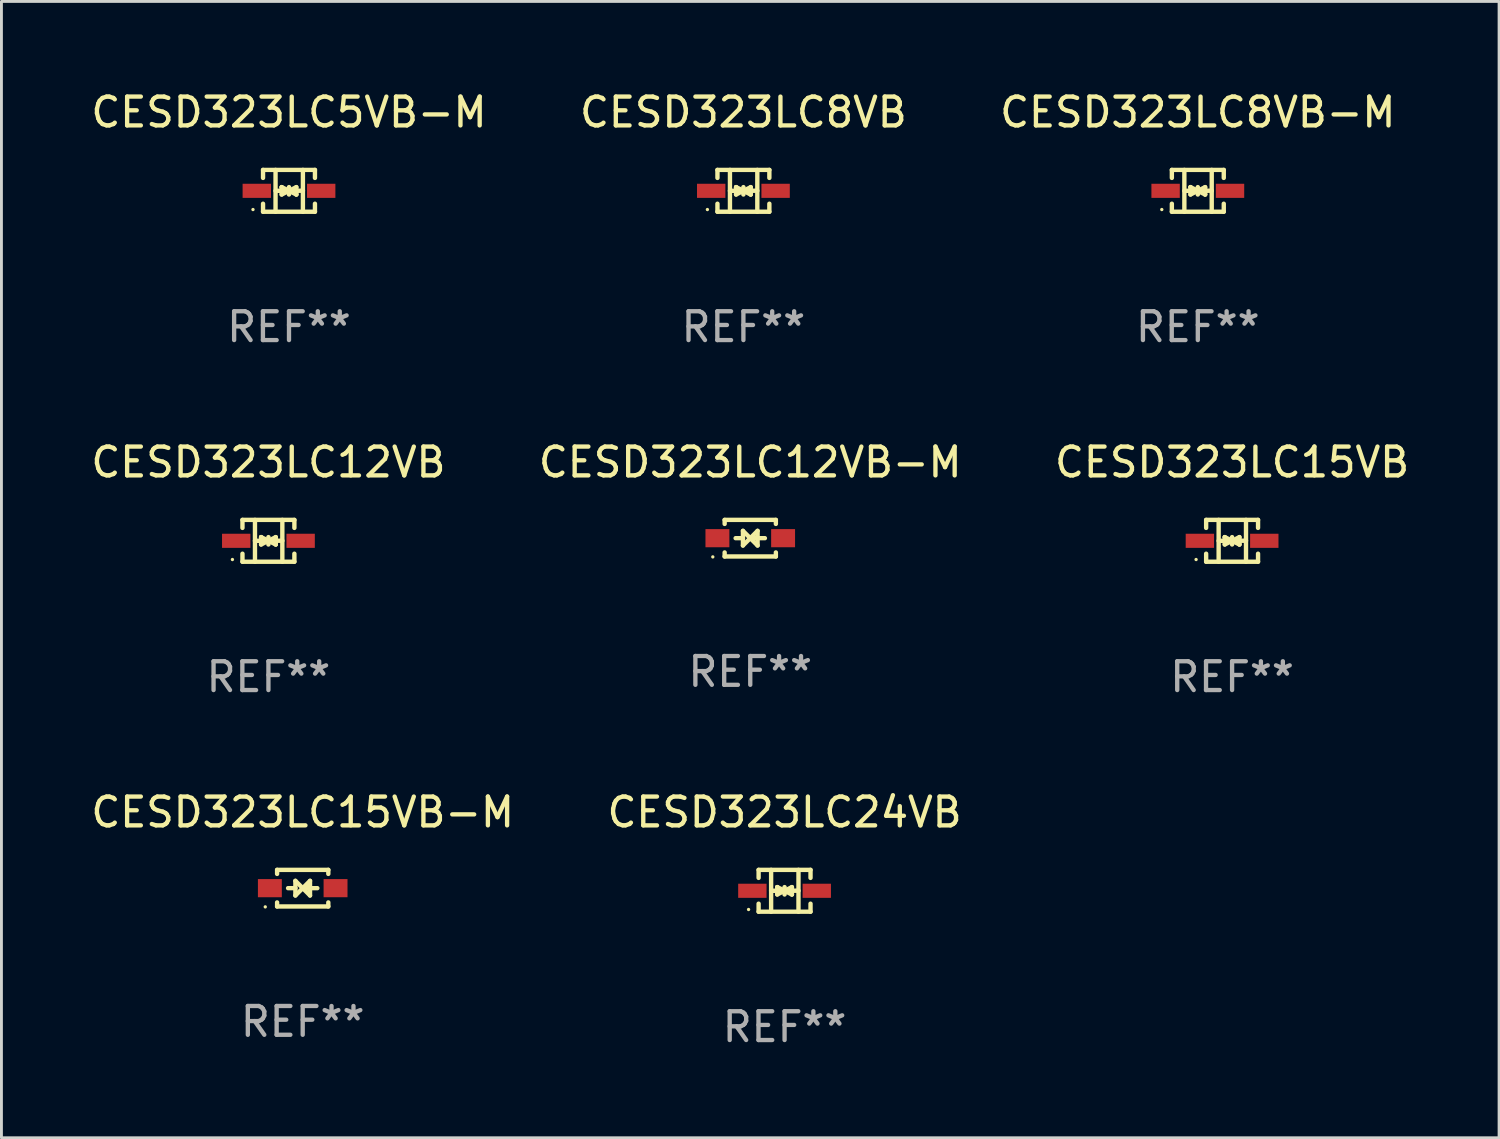
<source format=kicad_pcb>
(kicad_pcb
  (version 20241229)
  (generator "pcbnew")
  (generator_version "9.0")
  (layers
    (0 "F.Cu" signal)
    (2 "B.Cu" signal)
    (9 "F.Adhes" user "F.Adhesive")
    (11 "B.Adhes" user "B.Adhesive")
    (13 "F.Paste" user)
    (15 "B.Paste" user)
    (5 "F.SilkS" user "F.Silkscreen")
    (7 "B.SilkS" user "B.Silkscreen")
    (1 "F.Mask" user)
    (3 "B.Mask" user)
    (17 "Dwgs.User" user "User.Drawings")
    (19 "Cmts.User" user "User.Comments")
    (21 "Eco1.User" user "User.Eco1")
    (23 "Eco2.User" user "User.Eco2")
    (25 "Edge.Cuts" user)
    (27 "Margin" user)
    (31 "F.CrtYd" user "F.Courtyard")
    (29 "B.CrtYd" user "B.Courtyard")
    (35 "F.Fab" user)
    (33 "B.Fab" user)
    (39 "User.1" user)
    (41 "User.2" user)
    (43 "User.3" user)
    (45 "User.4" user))
  (footprint "CESD323LC12VB"
    (layer "F.Cu")
    (at 6.268 15.723)
    (property "Reference" "CESD323LC12VB" (at 0 -2.726 0) (layer "F.SilkS") (effects (font (size 1 1) (thickness 0.15))))
    (attr through_hole)
    (fp_line (start -0.901 -0.726) (end -0.901 -0.448) (stroke (width 0.152) (type solid)) (layer "F.SilkS"))
    (fp_line (start -0.901 0.726) (end -0.901 0.448) (stroke (width 0.152) (type solid)) (layer "F.SilkS"))
    (fp_line (start -0.467 0) (end 0.483 -0.003) (stroke (width 0.154) (type solid)) (layer "F.SilkS"))
    (fp_line (start -0.467 0.726) (end -0.467 -0.726) (stroke (width 0.152) (type solid)) (layer "F.SilkS"))
    (fp_line (start -0.254 -0.127) (end -0.254 -0.127) (stroke (width 0.154) (type solid)) (layer "F.SilkS"))
    (fp_line (start -0.254 -0.127) (end -0.002 -0.003) (stroke (width 0.154) (type solid)) (layer "F.SilkS"))
    (fp_line (start -0.254 0.127) (end -0.254 -0.127) (stroke (width 0.154) (type solid)) (layer "F.SilkS"))
    (fp_line (start -0.127 0) (end 0.003 0) (stroke (width 0.154) (type solid)) (layer "F.SilkS"))
    (fp_line (start -0.003 0) (end -0.254 0.127) (stroke (width 0.154) (type solid)) (layer "F.SilkS"))
    (fp_line (start 0 -0.127) (end 0 0.127) (stroke (width 0.154) (type solid)) (layer "F.SilkS"))
    (fp_line (start 0.003 0) (end 0.254 -0.127) (stroke (width 0.154) (type solid)) (layer "F.SilkS"))
    (fp_line (start 0.127 0) (end -0.003 0) (stroke (width 0.154) (type solid)) (layer "F.SilkS"))
    (fp_line (start 0.254 -0.127) (end 0.254 0.127) (stroke (width 0.154) (type solid)) (layer "F.SilkS"))
    (fp_line (start 0.254 0.127) (end 0.002 0.003) (stroke (width 0.154) (type solid)) (layer "F.SilkS"))
    (fp_line (start 0.254 0.127) (end 0.254 0.127) (stroke (width 0.154) (type solid)) (layer "F.SilkS"))
    (fp_line (start 0.483 0.726) (end 0.483 -0.726) (stroke (width 0.152) (type solid)) (layer "F.SilkS"))
    (fp_line (start 0.901 -0.726) (end -0.901 -0.726) (stroke (width 0.152) (type solid)) (layer "F.SilkS"))
    (fp_line (start 0.901 -0.726) (end 0.901 -0.448) (stroke (width 0.152) (type solid)) (layer "F.SilkS"))
    (fp_line (start 0.901 0.726) (end -0.901 0.726) (stroke (width 0.152) (type solid)) (layer "F.SilkS"))
    (fp_line (start 0.901 0.726) (end 0.901 0.448) (stroke (width 0.152) (type solid)) (layer "F.SilkS"))
    (fp_circle (center -1.25 0.65) (end -1.22 0.65) (stroke (width 0.06) (type solid)) (fill no) (layer "F.SilkS"))
    (fp_text user "REF**" (at 0 4.726 0) (layer "F.Fab") (effects (font (size 1 1) (thickness 0.15))))
    (pad "1" smd rect (at -1.118 0) (size 0.985 0.49) (layers "F.Cu" "F.Mask" "F.Paste"))
    (pad "2" smd rect (at 1.118 0) (size 0.985 0.49) (layers "F.Cu" "F.Mask" "F.Paste")))
  (footprint "CESD323LC8VB"
    (layer "F.Cu")
    (at 22.756 3.574)
    (property "Reference" "CESD323LC8VB" (at 0 -2.726 0) (layer "F.SilkS") (effects (font (size 1 1) (thickness 0.15))))
    (attr through_hole)
    (fp_line (start -0.901 -0.726) (end -0.901 -0.448) (stroke (width 0.152) (type solid)) (layer "F.SilkS"))
    (fp_line (start -0.901 0.726) (end -0.901 0.448) (stroke (width 0.152) (type solid)) (layer "F.SilkS"))
    (fp_line (start -0.467 0) (end 0.483 -0.003) (stroke (width 0.154) (type solid)) (layer "F.SilkS"))
    (fp_line (start -0.467 0.726) (end -0.467 -0.726) (stroke (width 0.152) (type solid)) (layer "F.SilkS"))
    (fp_line (start -0.254 -0.127) (end -0.254 -0.127) (stroke (width 0.154) (type solid)) (layer "F.SilkS"))
    (fp_line (start -0.254 -0.127) (end -0.002 -0.003) (stroke (width 0.154) (type solid)) (layer "F.SilkS"))
    (fp_line (start -0.254 0.127) (end -0.254 -0.127) (stroke (width 0.154) (type solid)) (layer "F.SilkS"))
    (fp_line (start -0.127 0) (end 0.003 0) (stroke (width 0.154) (type solid)) (layer "F.SilkS"))
    (fp_line (start -0.003 0) (end -0.254 0.127) (stroke (width 0.154) (type solid)) (layer "F.SilkS"))
    (fp_line (start 0 -0.127) (end 0 0.127) (stroke (width 0.154) (type solid)) (layer "F.SilkS"))
    (fp_line (start 0.003 0) (end 0.254 -0.127) (stroke (width 0.154) (type solid)) (layer "F.SilkS"))
    (fp_line (start 0.127 0) (end -0.003 0) (stroke (width 0.154) (type solid)) (layer "F.SilkS"))
    (fp_line (start 0.254 -0.127) (end 0.254 0.127) (stroke (width 0.154) (type solid)) (layer "F.SilkS"))
    (fp_line (start 0.254 0.127) (end 0.002 0.003) (stroke (width 0.154) (type solid)) (layer "F.SilkS"))
    (fp_line (start 0.254 0.127) (end 0.254 0.127) (stroke (width 0.154) (type solid)) (layer "F.SilkS"))
    (fp_line (start 0.483 0.726) (end 0.483 -0.726) (stroke (width 0.152) (type solid)) (layer "F.SilkS"))
    (fp_line (start 0.901 -0.726) (end -0.901 -0.726) (stroke (width 0.152) (type solid)) (layer "F.SilkS"))
    (fp_line (start 0.901 -0.726) (end 0.901 -0.448) (stroke (width 0.152) (type solid)) (layer "F.SilkS"))
    (fp_line (start 0.901 0.726) (end -0.901 0.726) (stroke (width 0.152) (type solid)) (layer "F.SilkS"))
    (fp_line (start 0.901 0.726) (end 0.901 0.448) (stroke (width 0.152) (type solid)) (layer "F.SilkS"))
    (fp_circle (center -1.25 0.65) (end -1.22 0.65) (stroke (width 0.06) (type solid)) (fill no) (layer "F.SilkS"))
    (fp_text user "REF**" (at 0 4.726 0) (layer "F.Fab") (effects (font (size 1 1) (thickness 0.15))))
    (pad "1" smd rect (at -1.118 0) (size 0.985 0.49) (layers "F.Cu" "F.Mask" "F.Paste"))
    (pad "2" smd rect (at 1.118 0) (size 0.985 0.49) (layers "F.Cu" "F.Mask" "F.Paste")))
  (footprint "CESD323LC12VB-M"
    (layer "F.Cu")
    (at 22.994 15.632)
    (property "Reference" "CESD323LC12VB-M" (at 0 -2.635 0) (layer "F.SilkS") (effects (font (size 1 1) (thickness 0.15))))
    (attr through_hole)
    (fp_line (start -0.889 -0.635) (end 0.889 -0.635) (stroke (width 0.152) (type solid)) (layer "F.SilkS"))
    (fp_line (start -0.889 -0.495) (end -0.889 -0.635) (stroke (width 0.152) (type solid)) (layer "F.SilkS"))
    (fp_line (start -0.889 0.635) (end -0.889 0.495) (stroke (width 0.152) (type solid)) (layer "F.SilkS"))
    (fp_line (start -0.889 0.635) (end 0.889 0.635) (stroke (width 0.152) (type solid)) (layer "F.SilkS"))
    (fp_line (start -0.508 -0.000051) (end -0.254 -0.000051) (stroke (width 0.152) (type solid)) (layer "F.SilkS"))
    (fp_line (start -0.254 -0.254) (end 0 -0.000051) (stroke (width 0.152) (type solid)) (layer "F.SilkS"))
    (fp_line (start -0.254 0.254) (end -0.254 -0.254) (stroke (width 0.152) (type solid)) (layer "F.SilkS"))
    (fp_line (start 0 -0.000051) (end -0.254 0.254) (stroke (width 0.152) (type solid)) (layer "F.SilkS"))
    (fp_line (start 0 -0.000051) (end 0.254 -0.254) (stroke (width 0.152) (type solid)) (layer "F.SilkS"))
    (fp_line (start 0.254 -0.254) (end 0.254 0.254) (stroke (width 0.152) (type solid)) (layer "F.SilkS"))
    (fp_line (start 0.254 0.254) (end 0 -0.000051) (stroke (width 0.152) (type solid)) (layer "F.SilkS"))
    (fp_line (start 0.508 -0.000051) (end 0.127 -0.000051) (stroke (width 0.152) (type solid)) (layer "F.SilkS"))
    (fp_line (start 0.889 -0.635) (end 0.889 -0.495) (stroke (width 0.152) (type solid)) (layer "F.SilkS"))
    (fp_line (start 0.889 0.495) (end 0.889 0.635) (stroke (width 0.152) (type solid)) (layer "F.SilkS"))
    (fp_circle (center -1.3 0.65) (end -1.27 0.65) (stroke (width 0.06) (type solid)) (fill no) (layer "F.SilkS"))
    (fp_text user "REF**" (at 0 4.635 0) (layer "F.Fab") (effects (font (size 1 1) (thickness 0.15))))
    (pad "1" smd rect (at -1.14 0.000152 90) (size 0.63 0.83) (layers "F.Cu" "F.Mask" "F.Paste"))
    (pad "2" smd rect (at 1.14 -0.000102 90) (size 0.63 0.83) (layers "F.Cu" "F.Mask" "F.Paste")))
  (footprint "CESD323LC15VB"
    (layer "F.Cu")
    (at 39.72 15.723)
    (property "Reference" "CESD323LC15VB" (at 0 -2.726 0) (layer "F.SilkS") (effects (font (size 1 1) (thickness 0.15))))
    (attr through_hole)
    (fp_line (start -0.901 -0.726) (end -0.901 -0.448) (stroke (width 0.152) (type solid)) (layer "F.SilkS"))
    (fp_line (start -0.901 0.726) (end -0.901 0.448) (stroke (width 0.152) (type solid)) (layer "F.SilkS"))
    (fp_line (start -0.467 0) (end 0.483 -0.003) (stroke (width 0.154) (type solid)) (layer "F.SilkS"))
    (fp_line (start -0.467 0.726) (end -0.467 -0.726) (stroke (width 0.152) (type solid)) (layer "F.SilkS"))
    (fp_line (start -0.254 -0.127) (end -0.254 -0.127) (stroke (width 0.154) (type solid)) (layer "F.SilkS"))
    (fp_line (start -0.254 -0.127) (end -0.002 -0.003) (stroke (width 0.154) (type solid)) (layer "F.SilkS"))
    (fp_line (start -0.254 0.127) (end -0.254 -0.127) (stroke (width 0.154) (type solid)) (layer "F.SilkS"))
    (fp_line (start -0.127 0) (end 0.003 0) (stroke (width 0.154) (type solid)) (layer "F.SilkS"))
    (fp_line (start -0.003 0) (end -0.254 0.127) (stroke (width 0.154) (type solid)) (layer "F.SilkS"))
    (fp_line (start 0 -0.127) (end 0 0.127) (stroke (width 0.154) (type solid)) (layer "F.SilkS"))
    (fp_line (start 0.003 0) (end 0.254 -0.127) (stroke (width 0.154) (type solid)) (layer "F.SilkS"))
    (fp_line (start 0.127 0) (end -0.003 0) (stroke (width 0.154) (type solid)) (layer "F.SilkS"))
    (fp_line (start 0.254 -0.127) (end 0.254 0.127) (stroke (width 0.154) (type solid)) (layer "F.SilkS"))
    (fp_line (start 0.254 0.127) (end 0.002 0.003) (stroke (width 0.154) (type solid)) (layer "F.SilkS"))
    (fp_line (start 0.254 0.127) (end 0.254 0.127) (stroke (width 0.154) (type solid)) (layer "F.SilkS"))
    (fp_line (start 0.483 0.726) (end 0.483 -0.726) (stroke (width 0.152) (type solid)) (layer "F.SilkS"))
    (fp_line (start 0.901 -0.726) (end -0.901 -0.726) (stroke (width 0.152) (type solid)) (layer "F.SilkS"))
    (fp_line (start 0.901 -0.726) (end 0.901 -0.448) (stroke (width 0.152) (type solid)) (layer "F.SilkS"))
    (fp_line (start 0.901 0.726) (end -0.901 0.726) (stroke (width 0.152) (type solid)) (layer "F.SilkS"))
    (fp_line (start 0.901 0.726) (end 0.901 0.448) (stroke (width 0.152) (type solid)) (layer "F.SilkS"))
    (fp_circle (center -1.25 0.65) (end -1.22 0.65) (stroke (width 0.06) (type solid)) (fill no) (layer "F.SilkS"))
    (fp_text user "REF**" (at 0 4.726 0) (layer "F.Fab") (effects (font (size 1 1) (thickness 0.15))))
    (pad "1" smd rect (at -1.118 0) (size 0.985 0.49) (layers "F.Cu" "F.Mask" "F.Paste"))
    (pad "2" smd rect (at 1.118 0) (size 0.985 0.49) (layers "F.Cu" "F.Mask" "F.Paste")))
  (footprint "CESD323LC5VB-M"
    (layer "F.Cu")
    (at 6.982 3.574)
    (property "Reference" "CESD323LC5VB-M" (at 0 -2.726 0) (layer "F.SilkS") (effects (font (size 1 1) (thickness 0.15))))
    (attr through_hole)
    (fp_line (start -0.901 -0.726) (end -0.901 -0.448) (stroke (width 0.152) (type solid)) (layer "F.SilkS"))
    (fp_line (start -0.901 0.726) (end -0.901 0.448) (stroke (width 0.152) (type solid)) (layer "F.SilkS"))
    (fp_line (start -0.467 0) (end 0.483 -0.003) (stroke (width 0.154) (type solid)) (layer "F.SilkS"))
    (fp_line (start -0.467 0.726) (end -0.467 -0.726) (stroke (width 0.152) (type solid)) (layer "F.SilkS"))
    (fp_line (start -0.254 -0.127) (end -0.254 -0.127) (stroke (width 0.154) (type solid)) (layer "F.SilkS"))
    (fp_line (start -0.254 -0.127) (end -0.002 -0.003) (stroke (width 0.154) (type solid)) (layer "F.SilkS"))
    (fp_line (start -0.254 0.127) (end -0.254 -0.127) (stroke (width 0.154) (type solid)) (layer "F.SilkS"))
    (fp_line (start -0.127 0) (end 0.003 0) (stroke (width 0.154) (type solid)) (layer "F.SilkS"))
    (fp_line (start -0.003 0) (end -0.254 0.127) (stroke (width 0.154) (type solid)) (layer "F.SilkS"))
    (fp_line (start 0 -0.127) (end 0 0.127) (stroke (width 0.154) (type solid)) (layer "F.SilkS"))
    (fp_line (start 0.003 0) (end 0.254 -0.127) (stroke (width 0.154) (type solid)) (layer "F.SilkS"))
    (fp_line (start 0.127 0) (end -0.003 0) (stroke (width 0.154) (type solid)) (layer "F.SilkS"))
    (fp_line (start 0.254 -0.127) (end 0.254 0.127) (stroke (width 0.154) (type solid)) (layer "F.SilkS"))
    (fp_line (start 0.254 0.127) (end 0.002 0.003) (stroke (width 0.154) (type solid)) (layer "F.SilkS"))
    (fp_line (start 0.254 0.127) (end 0.254 0.127) (stroke (width 0.154) (type solid)) (layer "F.SilkS"))
    (fp_line (start 0.483 0.726) (end 0.483 -0.726) (stroke (width 0.152) (type solid)) (layer "F.SilkS"))
    (fp_line (start 0.901 -0.726) (end -0.901 -0.726) (stroke (width 0.152) (type solid)) (layer "F.SilkS"))
    (fp_line (start 0.901 -0.726) (end 0.901 -0.448) (stroke (width 0.152) (type solid)) (layer "F.SilkS"))
    (fp_line (start 0.901 0.726) (end -0.901 0.726) (stroke (width 0.152) (type solid)) (layer "F.SilkS"))
    (fp_line (start 0.901 0.726) (end 0.901 0.448) (stroke (width 0.152) (type solid)) (layer "F.SilkS"))
    (fp_circle (center -1.25 0.65) (end -1.22 0.65) (stroke (width 0.06) (type solid)) (fill no) (layer "F.SilkS"))
    (fp_text user "REF**" (at 0 4.726 0) (layer "F.Fab") (effects (font (size 1 1) (thickness 0.15))))
    (pad "1" smd rect (at -1.118 0) (size 0.985 0.49) (layers "F.Cu" "F.Mask" "F.Paste"))
    (pad "2" smd rect (at 1.118 0) (size 0.985 0.49) (layers "F.Cu" "F.Mask" "F.Paste")))
  (footprint "CESD323LC8VB-M"
    (layer "F.Cu")
    (at 38.53 3.574)
    (property "Reference" "CESD323LC8VB-M" (at 0 -2.726 0) (layer "F.SilkS") (effects (font (size 1 1) (thickness 0.15))))
    (attr through_hole)
    (fp_line (start -0.901 -0.726) (end -0.901 -0.448) (stroke (width 0.152) (type solid)) (layer "F.SilkS"))
    (fp_line (start -0.901 0.726) (end -0.901 0.448) (stroke (width 0.152) (type solid)) (layer "F.SilkS"))
    (fp_line (start -0.467 0) (end 0.483 -0.003) (stroke (width 0.154) (type solid)) (layer "F.SilkS"))
    (fp_line (start -0.467 0.726) (end -0.467 -0.726) (stroke (width 0.152) (type solid)) (layer "F.SilkS"))
    (fp_line (start -0.254 -0.127) (end -0.254 -0.127) (stroke (width 0.154) (type solid)) (layer "F.SilkS"))
    (fp_line (start -0.254 -0.127) (end -0.002 -0.003) (stroke (width 0.154) (type solid)) (layer "F.SilkS"))
    (fp_line (start -0.254 0.127) (end -0.254 -0.127) (stroke (width 0.154) (type solid)) (layer "F.SilkS"))
    (fp_line (start -0.127 0) (end 0.003 0) (stroke (width 0.154) (type solid)) (layer "F.SilkS"))
    (fp_line (start -0.003 0) (end -0.254 0.127) (stroke (width 0.154) (type solid)) (layer "F.SilkS"))
    (fp_line (start 0 -0.127) (end 0 0.127) (stroke (width 0.154) (type solid)) (layer "F.SilkS"))
    (fp_line (start 0.003 0) (end 0.254 -0.127) (stroke (width 0.154) (type solid)) (layer "F.SilkS"))
    (fp_line (start 0.127 0) (end -0.003 0) (stroke (width 0.154) (type solid)) (layer "F.SilkS"))
    (fp_line (start 0.254 -0.127) (end 0.254 0.127) (stroke (width 0.154) (type solid)) (layer "F.SilkS"))
    (fp_line (start 0.254 0.127) (end 0.002 0.003) (stroke (width 0.154) (type solid)) (layer "F.SilkS"))
    (fp_line (start 0.254 0.127) (end 0.254 0.127) (stroke (width 0.154) (type solid)) (layer "F.SilkS"))
    (fp_line (start 0.483 0.726) (end 0.483 -0.726) (stroke (width 0.152) (type solid)) (layer "F.SilkS"))
    (fp_line (start 0.901 -0.726) (end -0.901 -0.726) (stroke (width 0.152) (type solid)) (layer "F.SilkS"))
    (fp_line (start 0.901 -0.726) (end 0.901 -0.448) (stroke (width 0.152) (type solid)) (layer "F.SilkS"))
    (fp_line (start 0.901 0.726) (end -0.901 0.726) (stroke (width 0.152) (type solid)) (layer "F.SilkS"))
    (fp_line (start 0.901 0.726) (end 0.901 0.448) (stroke (width 0.152) (type solid)) (layer "F.SilkS"))
    (fp_circle (center -1.25 0.65) (end -1.22 0.65) (stroke (width 0.06) (type solid)) (fill no) (layer "F.SilkS"))
    (fp_text user "REF**" (at 0 4.726 0) (layer "F.Fab") (effects (font (size 1 1) (thickness 0.15))))
    (pad "1" smd rect (at -1.118 0) (size 0.985 0.49) (layers "F.Cu" "F.Mask" "F.Paste"))
    (pad "2" smd rect (at 1.118 0) (size 0.985 0.49) (layers "F.Cu" "F.Mask" "F.Paste")))
  (footprint "CESD323LC24VB"
    (layer "F.Cu")
    (at 24.185 27.872)
    (property "Reference" "CESD323LC24VB" (at 0 -2.726 0) (layer "F.SilkS") (effects (font (size 1 1) (thickness 0.15))))
    (attr through_hole)
    (fp_line (start -0.901 -0.726) (end -0.901 -0.448) (stroke (width 0.152) (type solid)) (layer "F.SilkS"))
    (fp_line (start -0.901 0.726) (end -0.901 0.448) (stroke (width 0.152) (type solid)) (layer "F.SilkS"))
    (fp_line (start -0.467 0) (end 0.483 -0.003) (stroke (width 0.154) (type solid)) (layer "F.SilkS"))
    (fp_line (start -0.467 0.726) (end -0.467 -0.726) (stroke (width 0.152) (type solid)) (layer "F.SilkS"))
    (fp_line (start -0.254 -0.127) (end -0.254 -0.127) (stroke (width 0.154) (type solid)) (layer "F.SilkS"))
    (fp_line (start -0.254 -0.127) (end -0.002 -0.003) (stroke (width 0.154) (type solid)) (layer "F.SilkS"))
    (fp_line (start -0.254 0.127) (end -0.254 -0.127) (stroke (width 0.154) (type solid)) (layer "F.SilkS"))
    (fp_line (start -0.127 0) (end 0.003 0) (stroke (width 0.154) (type solid)) (layer "F.SilkS"))
    (fp_line (start -0.003 0) (end -0.254 0.127) (stroke (width 0.154) (type solid)) (layer "F.SilkS"))
    (fp_line (start 0 -0.127) (end 0 0.127) (stroke (width 0.154) (type solid)) (layer "F.SilkS"))
    (fp_line (start 0.003 0) (end 0.254 -0.127) (stroke (width 0.154) (type solid)) (layer "F.SilkS"))
    (fp_line (start 0.127 0) (end -0.003 0) (stroke (width 0.154) (type solid)) (layer "F.SilkS"))
    (fp_line (start 0.254 -0.127) (end 0.254 0.127) (stroke (width 0.154) (type solid)) (layer "F.SilkS"))
    (fp_line (start 0.254 0.127) (end 0.002 0.003) (stroke (width 0.154) (type solid)) (layer "F.SilkS"))
    (fp_line (start 0.254 0.127) (end 0.254 0.127) (stroke (width 0.154) (type solid)) (layer "F.SilkS"))
    (fp_line (start 0.483 0.726) (end 0.483 -0.726) (stroke (width 0.152) (type solid)) (layer "F.SilkS"))
    (fp_line (start 0.901 -0.726) (end -0.901 -0.726) (stroke (width 0.152) (type solid)) (layer "F.SilkS"))
    (fp_line (start 0.901 -0.726) (end 0.901 -0.448) (stroke (width 0.152) (type solid)) (layer "F.SilkS"))
    (fp_line (start 0.901 0.726) (end -0.901 0.726) (stroke (width 0.152) (type solid)) (layer "F.SilkS"))
    (fp_line (start 0.901 0.726) (end 0.901 0.448) (stroke (width 0.152) (type solid)) (layer "F.SilkS"))
    (fp_circle (center -1.25 0.65) (end -1.22 0.65) (stroke (width 0.06) (type solid)) (fill no) (layer "F.SilkS"))
    (fp_text user "REF**" (at 0 4.726 0) (layer "F.Fab") (effects (font (size 1 1) (thickness 0.15))))
    (pad "1" smd rect (at -1.118 0) (size 0.985 0.49) (layers "F.Cu" "F.Mask" "F.Paste"))
    (pad "2" smd rect (at 1.118 0) (size 0.985 0.49) (layers "F.Cu" "F.Mask" "F.Paste")))
  (footprint "CESD323LC15VB-M"
    (layer "F.Cu")
    (at 7.458 27.781)
    (property "Reference" "CESD323LC15VB-M" (at 0 -2.635 0) (layer "F.SilkS") (effects (font (size 1 1) (thickness 0.15))))
    (attr through_hole)
    (fp_line (start -0.889 -0.635) (end 0.889 -0.635) (stroke (width 0.152) (type solid)) (layer "F.SilkS"))
    (fp_line (start -0.889 -0.495) (end -0.889 -0.635) (stroke (width 0.152) (type solid)) (layer "F.SilkS"))
    (fp_line (start -0.889 0.635) (end -0.889 0.495) (stroke (width 0.152) (type solid)) (layer "F.SilkS"))
    (fp_line (start -0.889 0.635) (end 0.889 0.635) (stroke (width 0.152) (type solid)) (layer "F.SilkS"))
    (fp_line (start -0.508 -0.000051) (end -0.254 -0.000051) (stroke (width 0.152) (type solid)) (layer "F.SilkS"))
    (fp_line (start -0.254 -0.254) (end 0 -0.000051) (stroke (width 0.152) (type solid)) (layer "F.SilkS"))
    (fp_line (start -0.254 0.254) (end -0.254 -0.254) (stroke (width 0.152) (type solid)) (layer "F.SilkS"))
    (fp_line (start 0 -0.000051) (end -0.254 0.254) (stroke (width 0.152) (type solid)) (layer "F.SilkS"))
    (fp_line (start 0 -0.000051) (end 0.254 -0.254) (stroke (width 0.152) (type solid)) (layer "F.SilkS"))
    (fp_line (start 0.254 -0.254) (end 0.254 0.254) (stroke (width 0.152) (type solid)) (layer "F.SilkS"))
    (fp_line (start 0.254 0.254) (end 0 -0.000051) (stroke (width 0.152) (type solid)) (layer "F.SilkS"))
    (fp_line (start 0.508 -0.000051) (end 0.127 -0.000051) (stroke (width 0.152) (type solid)) (layer "F.SilkS"))
    (fp_line (start 0.889 -0.635) (end 0.889 -0.495) (stroke (width 0.152) (type solid)) (layer "F.SilkS"))
    (fp_line (start 0.889 0.495) (end 0.889 0.635) (stroke (width 0.152) (type solid)) (layer "F.SilkS"))
    (fp_circle (center -1.3 0.65) (end -1.27 0.65) (stroke (width 0.06) (type solid)) (fill no) (layer "F.SilkS"))
    (fp_text user "REF**" (at 0 4.635 0) (layer "F.Fab") (effects (font (size 1 1) (thickness 0.15))))
    (pad "1" smd rect (at -1.14 0.000152 90) (size 0.63 0.83) (layers "F.Cu" "F.Mask" "F.Paste"))
    (pad "2" smd rect (at 1.14 -0.000102 90) (size 0.63 0.83) (layers "F.Cu" "F.Mask" "F.Paste")))
  (gr_rect
    (start -3 -3)
    (end 48.988 36.447)
    (stroke (width 0.1) (type default))
    (fill no)
    (layer "Edge.Cuts")))
</source>
